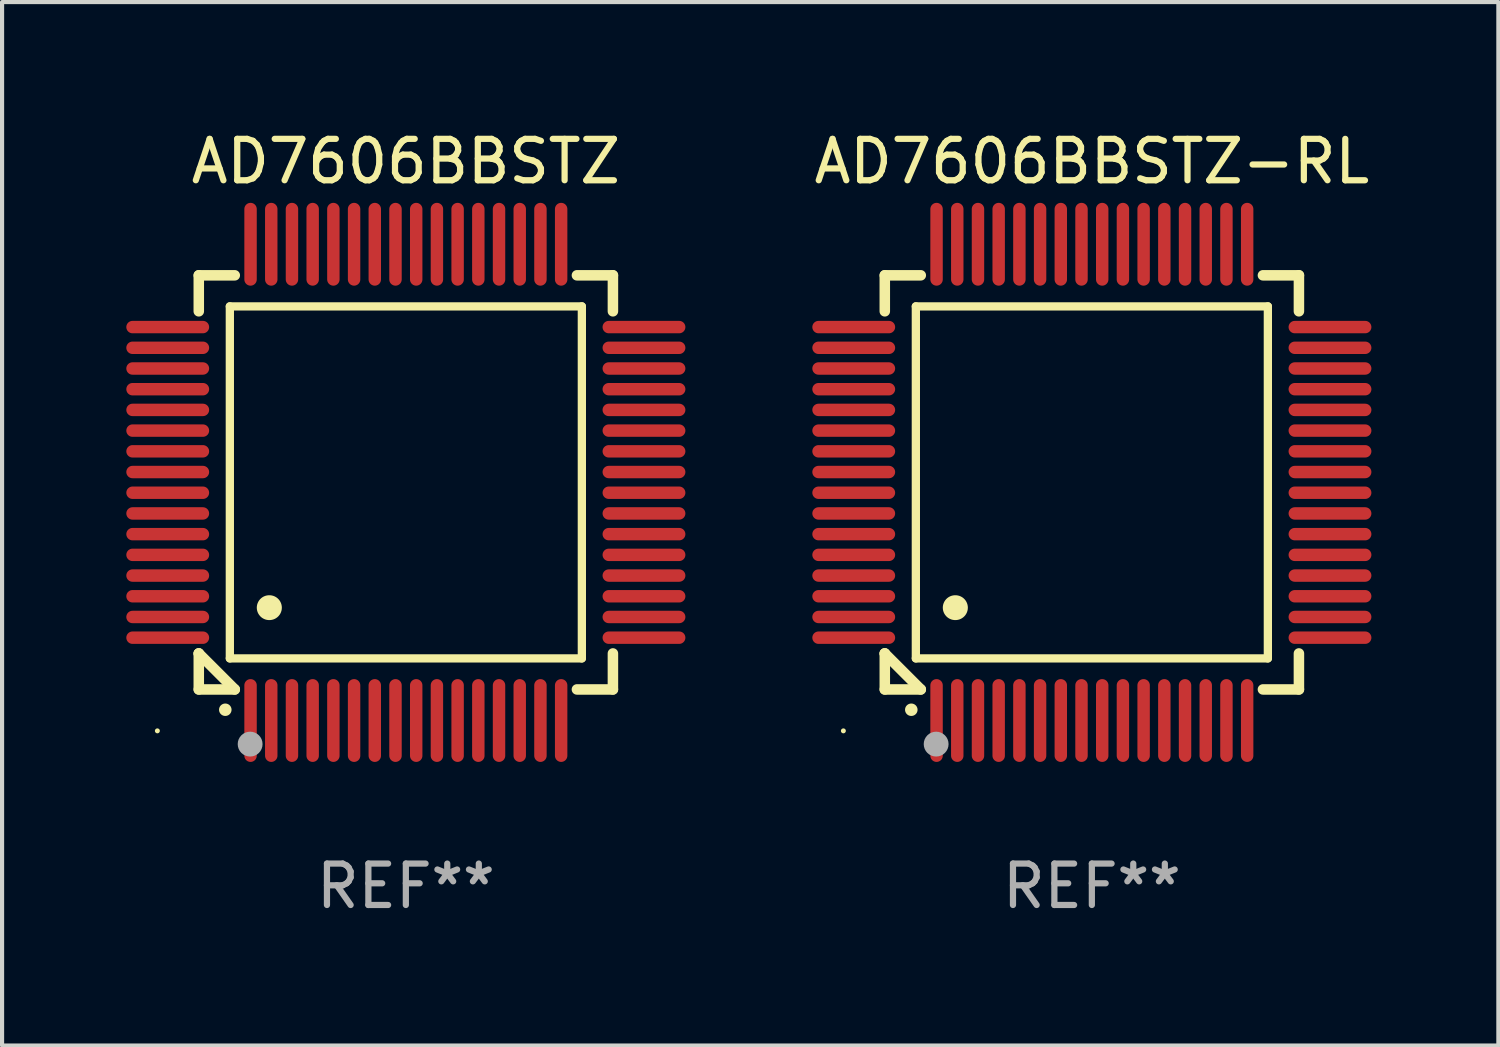
<source format=kicad_pcb>
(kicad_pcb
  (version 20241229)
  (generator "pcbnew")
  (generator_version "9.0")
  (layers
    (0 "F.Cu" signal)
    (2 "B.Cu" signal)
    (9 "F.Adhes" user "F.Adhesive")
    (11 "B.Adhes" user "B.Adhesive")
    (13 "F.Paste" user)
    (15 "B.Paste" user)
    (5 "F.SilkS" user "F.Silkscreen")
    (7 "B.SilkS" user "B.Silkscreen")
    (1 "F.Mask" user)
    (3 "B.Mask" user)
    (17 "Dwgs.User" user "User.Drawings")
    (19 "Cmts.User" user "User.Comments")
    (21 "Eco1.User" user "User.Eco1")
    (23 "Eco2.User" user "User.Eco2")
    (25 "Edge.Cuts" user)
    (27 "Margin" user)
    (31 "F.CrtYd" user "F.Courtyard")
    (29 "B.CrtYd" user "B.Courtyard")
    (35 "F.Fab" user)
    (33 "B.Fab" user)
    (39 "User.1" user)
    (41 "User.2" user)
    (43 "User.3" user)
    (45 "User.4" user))
  (footprint "AD7606BBSTZ-RL"
    (layer "F.Cu")
    (at 23.315 8.598)
    (property "Reference" "AD7606BBSTZ-RL" (at 0 -7.75 0) (layer "F.SilkS") (effects (font (size 1 1) (thickness 0.15))))
    (attr through_hole)
    (fp_line (start -5 -5) (end -4.131 -5) (stroke (width 0.254) (type solid)) (layer "F.SilkS"))
    (fp_line (start -5 -4.131) (end -5 -5) (stroke (width 0.254) (type solid)) (layer "F.SilkS"))
    (fp_line (start -5 4.131) (end -5 4.131) (stroke (width 0.254) (type solid)) (layer "F.SilkS"))
    (fp_line (start -5 5) (end -5 4.131) (stroke (width 0.254) (type solid)) (layer "F.SilkS"))
    (fp_line (start -5 4.131) (end -4.131 5) (stroke (width 0.254) (type solid)) (layer "F.SilkS"))
    (fp_line (start -4.25 -4.25) (end -4.25 4.25) (stroke (width 0.2) (type solid)) (layer "F.SilkS"))
    (fp_line (start -4.25 4.25) (end 4.25 4.25) (stroke (width 0.2) (type solid)) (layer "F.SilkS"))
    (fp_line (start -4.131 5) (end -5 5) (stroke (width 0.254) (type solid)) (layer "F.SilkS"))
    (fp_line (start 4.25 -4.25) (end -4.25 -4.25) (stroke (width 0.2) (type solid)) (layer "F.SilkS"))
    (fp_line (start 4.25 4.25) (end 4.25 -4.25) (stroke (width 0.2) (type solid)) (layer "F.SilkS"))
    (fp_line (start 5 -5) (end 4.131 -5) (stroke (width 0.254) (type solid)) (layer "F.SilkS"))
    (fp_line (start 5 -5) (end 5 -4.131) (stroke (width 0.254) (type solid)) (layer "F.SilkS"))
    (fp_line (start 5 4.131) (end 5 5) (stroke (width 0.254) (type solid)) (layer "F.SilkS"))
    (fp_line (start 5 5) (end 4.131 5) (stroke (width 0.254) (type solid)) (layer "F.SilkS"))
    (fp_arc (start -4.361265 5.489992) (mid -4.359995 5.489987) (end -4.358725 5.489992) (stroke (width 0.3) (type solid)) (layer "F.SilkS"))
    (fp_arc (start -3.299467 3.025146) (mid -3.296927 3.025135) (end -3.294387 3.025146) (stroke (width 0.6) (type solid)) (layer "F.SilkS"))
    (fp_circle (center -6 6) (end -5.97 6) (stroke (width 0.06) (type solid)) (fill no) (layer "F.SilkS"))
    (fp_circle (center -3.76 6.32) (end -3.61 6.32) (stroke (width 0.3) (type solid)) (fill no) (layer "F.Fab"))
    (fp_text user "REF**" (at 0 9.75 0) (layer "F.Fab") (effects (font (size 1 1) (thickness 0.15))))
    (pad "1" smd oval (at -3.75 5.75) (size 0.3 2) (layers "F.Cu" "F.Mask" "F.Paste"))
    (pad "2" smd oval (at -3.25 5.75) (size 0.3 2) (layers "F.Cu" "F.Mask" "F.Paste"))
    (pad "3" smd oval (at -2.75 5.75) (size 0.3 2) (layers "F.Cu" "F.Mask" "F.Paste"))
    (pad "4" smd oval (at -2.25 5.75) (size 0.3 2) (layers "F.Cu" "F.Mask" "F.Paste"))
    (pad "5" smd oval (at -1.75 5.75) (size 0.3 2) (layers "F.Cu" "F.Mask" "F.Paste"))
    (pad "6" smd oval (at -1.25 5.75) (size 0.3 2) (layers "F.Cu" "F.Mask" "F.Paste"))
    (pad "7" smd oval (at -0.75 5.75) (size 0.3 2) (layers "F.Cu" "F.Mask" "F.Paste"))
    (pad "8" smd oval (at -0.25 5.75) (size 0.3 2) (layers "F.Cu" "F.Mask" "F.Paste"))
    (pad "9" smd oval (at 0.25 5.75) (size 0.3 2) (layers "F.Cu" "F.Mask" "F.Paste"))
    (pad "10" smd oval (at 0.75 5.75) (size 0.3 2) (layers "F.Cu" "F.Mask" "F.Paste"))
    (pad "11" smd oval (at 1.25 5.75) (size 0.3 2) (layers "F.Cu" "F.Mask" "F.Paste"))
    (pad "12" smd oval (at 1.75 5.75) (size 0.3 2) (layers "F.Cu" "F.Mask" "F.Paste"))
    (pad "13" smd oval (at 2.25 5.75) (size 0.3 2) (layers "F.Cu" "F.Mask" "F.Paste"))
    (pad "14" smd oval (at 2.75 5.75) (size 0.3 2) (layers "F.Cu" "F.Mask" "F.Paste"))
    (pad "15" smd oval (at 3.25 5.75) (size 0.3 2) (layers "F.Cu" "F.Mask" "F.Paste"))
    (pad "16" smd oval (at 3.75 5.75) (size 0.3 2) (layers "F.Cu" "F.Mask" "F.Paste"))
    (pad "17" smd oval (at 5.75 3.75) (size 2 0.3) (layers "F.Cu" "F.Mask" "F.Paste"))
    (pad "18" smd oval (at 5.75 3.25) (size 2 0.3) (layers "F.Cu" "F.Mask" "F.Paste"))
    (pad "19" smd oval (at 5.75 2.75) (size 2 0.3) (layers "F.Cu" "F.Mask" "F.Paste"))
    (pad "20" smd oval (at 5.75 2.25) (size 2 0.3) (layers "F.Cu" "F.Mask" "F.Paste"))
    (pad "21" smd oval (at 5.75 1.75) (size 2 0.3) (layers "F.Cu" "F.Mask" "F.Paste"))
    (pad "22" smd oval (at 5.75 1.25) (size 2 0.3) (layers "F.Cu" "F.Mask" "F.Paste"))
    (pad "23" smd oval (at 5.75 0.75) (size 2 0.3) (layers "F.Cu" "F.Mask" "F.Paste"))
    (pad "24" smd oval (at 5.75 0.25) (size 2 0.3) (layers "F.Cu" "F.Mask" "F.Paste"))
    (pad "25" smd oval (at 5.75 -0.25) (size 2 0.3) (layers "F.Cu" "F.Mask" "F.Paste"))
    (pad "26" smd oval (at 5.75 -0.75) (size 2 0.3) (layers "F.Cu" "F.Mask" "F.Paste"))
    (pad "27" smd oval (at 5.75 -1.25) (size 2 0.3) (layers "F.Cu" "F.Mask" "F.Paste"))
    (pad "28" smd oval (at 5.75 -1.75) (size 2 0.3) (layers "F.Cu" "F.Mask" "F.Paste"))
    (pad "29" smd oval (at 5.75 -2.25) (size 2 0.3) (layers "F.Cu" "F.Mask" "F.Paste"))
    (pad "30" smd oval (at 5.75 -2.75) (size 2 0.3) (layers "F.Cu" "F.Mask" "F.Paste"))
    (pad "31" smd oval (at 5.75 -3.25) (size 2 0.3) (layers "F.Cu" "F.Mask" "F.Paste"))
    (pad "32" smd oval (at 5.75 -3.75) (size 2 0.3) (layers "F.Cu" "F.Mask" "F.Paste"))
    (pad "33" smd oval (at 3.75 -5.75) (size 0.3 2) (layers "F.Cu" "F.Mask" "F.Paste"))
    (pad "34" smd oval (at 3.25 -5.75) (size 0.3 2) (layers "F.Cu" "F.Mask" "F.Paste"))
    (pad "35" smd oval (at 2.75 -5.75) (size 0.3 2) (layers "F.Cu" "F.Mask" "F.Paste"))
    (pad "36" smd oval (at 2.25 -5.75) (size 0.3 2) (layers "F.Cu" "F.Mask" "F.Paste"))
    (pad "37" smd oval (at 1.75 -5.75) (size 0.3 2) (layers "F.Cu" "F.Mask" "F.Paste"))
    (pad "38" smd oval (at 1.25 -5.75) (size 0.3 2) (layers "F.Cu" "F.Mask" "F.Paste"))
    (pad "39" smd oval (at 0.75 -5.75) (size 0.3 2) (layers "F.Cu" "F.Mask" "F.Paste"))
    (pad "40" smd oval (at 0.25 -5.75) (size 0.3 2) (layers "F.Cu" "F.Mask" "F.Paste"))
    (pad "41" smd oval (at -0.25 -5.75) (size 0.3 2) (layers "F.Cu" "F.Mask" "F.Paste"))
    (pad "42" smd oval (at -0.75 -5.75) (size 0.3 2) (layers "F.Cu" "F.Mask" "F.Paste"))
    (pad "43" smd oval (at -1.25 -5.75) (size 0.3 2) (layers "F.Cu" "F.Mask" "F.Paste"))
    (pad "44" smd oval (at -1.75 -5.75) (size 0.3 2) (layers "F.Cu" "F.Mask" "F.Paste"))
    (pad "45" smd oval (at -2.25 -5.75) (size 0.3 2) (layers "F.Cu" "F.Mask" "F.Paste"))
    (pad "46" smd oval (at -2.75 -5.75) (size 0.3 2) (layers "F.Cu" "F.Mask" "F.Paste"))
    (pad "47" smd oval (at -3.25 -5.75) (size 0.3 2) (layers "F.Cu" "F.Mask" "F.Paste"))
    (pad "48" smd oval (at -3.75 -5.75) (size 0.3 2) (layers "F.Cu" "F.Mask" "F.Paste"))
    (pad "49" smd oval (at -5.75 -3.75) (size 2 0.3) (layers "F.Cu" "F.Mask" "F.Paste"))
    (pad "50" smd oval (at -5.75 -3.25) (size 2 0.3) (layers "F.Cu" "F.Mask" "F.Paste"))
    (pad "51" smd oval (at -5.75 -2.75) (size 2 0.3) (layers "F.Cu" "F.Mask" "F.Paste"))
    (pad "52" smd oval (at -5.75 -2.25) (size 2 0.3) (layers "F.Cu" "F.Mask" "F.Paste"))
    (pad "53" smd oval (at -5.75 -1.75) (size 2 0.3) (layers "F.Cu" "F.Mask" "F.Paste"))
    (pad "54" smd oval (at -5.75 -1.25) (size 2 0.3) (layers "F.Cu" "F.Mask" "F.Paste"))
    (pad "55" smd oval (at -5.75 -0.75) (size 2 0.3) (layers "F.Cu" "F.Mask" "F.Paste"))
    (pad "56" smd oval (at -5.75 -0.25) (size 2 0.3) (layers "F.Cu" "F.Mask" "F.Paste"))
    (pad "57" smd oval (at -5.75 0.25) (size 2 0.3) (layers "F.Cu" "F.Mask" "F.Paste"))
    (pad "58" smd oval (at -5.75 0.75) (size 2 0.3) (layers "F.Cu" "F.Mask" "F.Paste"))
    (pad "59" smd oval (at -5.75 1.25) (size 2 0.3) (layers "F.Cu" "F.Mask" "F.Paste"))
    (pad "60" smd oval (at -5.75 1.75) (size 2 0.3) (layers "F.Cu" "F.Mask" "F.Paste"))
    (pad "61" smd oval (at -5.75 2.25) (size 2 0.3) (layers "F.Cu" "F.Mask" "F.Paste"))
    (pad "62" smd oval (at -5.75 2.75) (size 2 0.3) (layers "F.Cu" "F.Mask" "F.Paste"))
    (pad "63" smd oval (at -5.75 3.25) (size 2 0.3) (layers "F.Cu" "F.Mask" "F.Paste"))
    (pad "64" smd oval (at -5.75 3.75) (size 2 0.3) (layers "F.Cu" "F.Mask" "F.Paste")))
  (footprint "AD7606BBSTZ"
    (layer "F.Cu")
    (at 6.75 8.598)
    (property "Reference" "AD7606BBSTZ" (at 0 -7.75 0) (layer "F.SilkS") (effects (font (size 1 1) (thickness 0.15))))
    (attr through_hole)
    (fp_line (start -5 -5) (end -4.131 -5) (stroke (width 0.254) (type solid)) (layer "F.SilkS"))
    (fp_line (start -5 -4.131) (end -5 -5) (stroke (width 0.254) (type solid)) (layer "F.SilkS"))
    (fp_line (start -5 4.131) (end -5 4.131) (stroke (width 0.254) (type solid)) (layer "F.SilkS"))
    (fp_line (start -5 5) (end -5 4.131) (stroke (width 0.254) (type solid)) (layer "F.SilkS"))
    (fp_line (start -5 4.131) (end -4.131 5) (stroke (width 0.254) (type solid)) (layer "F.SilkS"))
    (fp_line (start -4.25 -4.25) (end -4.25 4.25) (stroke (width 0.2) (type solid)) (layer "F.SilkS"))
    (fp_line (start -4.25 4.25) (end 4.25 4.25) (stroke (width 0.2) (type solid)) (layer "F.SilkS"))
    (fp_line (start -4.131 5) (end -5 5) (stroke (width 0.254) (type solid)) (layer "F.SilkS"))
    (fp_line (start 4.25 -4.25) (end -4.25 -4.25) (stroke (width 0.2) (type solid)) (layer "F.SilkS"))
    (fp_line (start 4.25 4.25) (end 4.25 -4.25) (stroke (width 0.2) (type solid)) (layer "F.SilkS"))
    (fp_line (start 5 -5) (end 4.131 -5) (stroke (width 0.254) (type solid)) (layer "F.SilkS"))
    (fp_line (start 5 -5) (end 5 -4.131) (stroke (width 0.254) (type solid)) (layer "F.SilkS"))
    (fp_line (start 5 4.131) (end 5 5) (stroke (width 0.254) (type solid)) (layer "F.SilkS"))
    (fp_line (start 5 5) (end 4.131 5) (stroke (width 0.254) (type solid)) (layer "F.SilkS"))
    (fp_arc (start -4.361265 5.489992) (mid -4.359995 5.489987) (end -4.358725 5.489992) (stroke (width 0.3) (type solid)) (layer "F.SilkS"))
    (fp_arc (start -3.299467 3.025146) (mid -3.296927 3.025135) (end -3.294387 3.025146) (stroke (width 0.6) (type solid)) (layer "F.SilkS"))
    (fp_circle (center -6 6) (end -5.97 6) (stroke (width 0.06) (type solid)) (fill no) (layer "F.SilkS"))
    (fp_circle (center -3.76 6.32) (end -3.61 6.32) (stroke (width 0.3) (type solid)) (fill no) (layer "F.Fab"))
    (fp_text user "REF**" (at 0 9.75 0) (layer "F.Fab") (effects (font (size 1 1) (thickness 0.15))))
    (pad "1" smd oval (at -3.75 5.75) (size 0.3 2) (layers "F.Cu" "F.Mask" "F.Paste"))
    (pad "2" smd oval (at -3.25 5.75) (size 0.3 2) (layers "F.Cu" "F.Mask" "F.Paste"))
    (pad "3" smd oval (at -2.75 5.75) (size 0.3 2) (layers "F.Cu" "F.Mask" "F.Paste"))
    (pad "4" smd oval (at -2.25 5.75) (size 0.3 2) (layers "F.Cu" "F.Mask" "F.Paste"))
    (pad "5" smd oval (at -1.75 5.75) (size 0.3 2) (layers "F.Cu" "F.Mask" "F.Paste"))
    (pad "6" smd oval (at -1.25 5.75) (size 0.3 2) (layers "F.Cu" "F.Mask" "F.Paste"))
    (pad "7" smd oval (at -0.75 5.75) (size 0.3 2) (layers "F.Cu" "F.Mask" "F.Paste"))
    (pad "8" smd oval (at -0.25 5.75) (size 0.3 2) (layers "F.Cu" "F.Mask" "F.Paste"))
    (pad "9" smd oval (at 0.25 5.75) (size 0.3 2) (layers "F.Cu" "F.Mask" "F.Paste"))
    (pad "10" smd oval (at 0.75 5.75) (size 0.3 2) (layers "F.Cu" "F.Mask" "F.Paste"))
    (pad "11" smd oval (at 1.25 5.75) (size 0.3 2) (layers "F.Cu" "F.Mask" "F.Paste"))
    (pad "12" smd oval (at 1.75 5.75) (size 0.3 2) (layers "F.Cu" "F.Mask" "F.Paste"))
    (pad "13" smd oval (at 2.25 5.75) (size 0.3 2) (layers "F.Cu" "F.Mask" "F.Paste"))
    (pad "14" smd oval (at 2.75 5.75) (size 0.3 2) (layers "F.Cu" "F.Mask" "F.Paste"))
    (pad "15" smd oval (at 3.25 5.75) (size 0.3 2) (layers "F.Cu" "F.Mask" "F.Paste"))
    (pad "16" smd oval (at 3.75 5.75) (size 0.3 2) (layers "F.Cu" "F.Mask" "F.Paste"))
    (pad "17" smd oval (at 5.75 3.75) (size 2 0.3) (layers "F.Cu" "F.Mask" "F.Paste"))
    (pad "18" smd oval (at 5.75 3.25) (size 2 0.3) (layers "F.Cu" "F.Mask" "F.Paste"))
    (pad "19" smd oval (at 5.75 2.75) (size 2 0.3) (layers "F.Cu" "F.Mask" "F.Paste"))
    (pad "20" smd oval (at 5.75 2.25) (size 2 0.3) (layers "F.Cu" "F.Mask" "F.Paste"))
    (pad "21" smd oval (at 5.75 1.75) (size 2 0.3) (layers "F.Cu" "F.Mask" "F.Paste"))
    (pad "22" smd oval (at 5.75 1.25) (size 2 0.3) (layers "F.Cu" "F.Mask" "F.Paste"))
    (pad "23" smd oval (at 5.75 0.75) (size 2 0.3) (layers "F.Cu" "F.Mask" "F.Paste"))
    (pad "24" smd oval (at 5.75 0.25) (size 2 0.3) (layers "F.Cu" "F.Mask" "F.Paste"))
    (pad "25" smd oval (at 5.75 -0.25) (size 2 0.3) (layers "F.Cu" "F.Mask" "F.Paste"))
    (pad "26" smd oval (at 5.75 -0.75) (size 2 0.3) (layers "F.Cu" "F.Mask" "F.Paste"))
    (pad "27" smd oval (at 5.75 -1.25) (size 2 0.3) (layers "F.Cu" "F.Mask" "F.Paste"))
    (pad "28" smd oval (at 5.75 -1.75) (size 2 0.3) (layers "F.Cu" "F.Mask" "F.Paste"))
    (pad "29" smd oval (at 5.75 -2.25) (size 2 0.3) (layers "F.Cu" "F.Mask" "F.Paste"))
    (pad "30" smd oval (at 5.75 -2.75) (size 2 0.3) (layers "F.Cu" "F.Mask" "F.Paste"))
    (pad "31" smd oval (at 5.75 -3.25) (size 2 0.3) (layers "F.Cu" "F.Mask" "F.Paste"))
    (pad "32" smd oval (at 5.75 -3.75) (size 2 0.3) (layers "F.Cu" "F.Mask" "F.Paste"))
    (pad "33" smd oval (at 3.75 -5.75) (size 0.3 2) (layers "F.Cu" "F.Mask" "F.Paste"))
    (pad "34" smd oval (at 3.25 -5.75) (size 0.3 2) (layers "F.Cu" "F.Mask" "F.Paste"))
    (pad "35" smd oval (at 2.75 -5.75) (size 0.3 2) (layers "F.Cu" "F.Mask" "F.Paste"))
    (pad "36" smd oval (at 2.25 -5.75) (size 0.3 2) (layers "F.Cu" "F.Mask" "F.Paste"))
    (pad "37" smd oval (at 1.75 -5.75) (size 0.3 2) (layers "F.Cu" "F.Mask" "F.Paste"))
    (pad "38" smd oval (at 1.25 -5.75) (size 0.3 2) (layers "F.Cu" "F.Mask" "F.Paste"))
    (pad "39" smd oval (at 0.75 -5.75) (size 0.3 2) (layers "F.Cu" "F.Mask" "F.Paste"))
    (pad "40" smd oval (at 0.25 -5.75) (size 0.3 2) (layers "F.Cu" "F.Mask" "F.Paste"))
    (pad "41" smd oval (at -0.25 -5.75) (size 0.3 2) (layers "F.Cu" "F.Mask" "F.Paste"))
    (pad "42" smd oval (at -0.75 -5.75) (size 0.3 2) (layers "F.Cu" "F.Mask" "F.Paste"))
    (pad "43" smd oval (at -1.25 -5.75) (size 0.3 2) (layers "F.Cu" "F.Mask" "F.Paste"))
    (pad "44" smd oval (at -1.75 -5.75) (size 0.3 2) (layers "F.Cu" "F.Mask" "F.Paste"))
    (pad "45" smd oval (at -2.25 -5.75) (size 0.3 2) (layers "F.Cu" "F.Mask" "F.Paste"))
    (pad "46" smd oval (at -2.75 -5.75) (size 0.3 2) (layers "F.Cu" "F.Mask" "F.Paste"))
    (pad "47" smd oval (at -3.25 -5.75) (size 0.3 2) (layers "F.Cu" "F.Mask" "F.Paste"))
    (pad "48" smd oval (at -3.75 -5.75) (size 0.3 2) (layers "F.Cu" "F.Mask" "F.Paste"))
    (pad "49" smd oval (at -5.75 -3.75) (size 2 0.3) (layers "F.Cu" "F.Mask" "F.Paste"))
    (pad "50" smd oval (at -5.75 -3.25) (size 2 0.3) (layers "F.Cu" "F.Mask" "F.Paste"))
    (pad "51" smd oval (at -5.75 -2.75) (size 2 0.3) (layers "F.Cu" "F.Mask" "F.Paste"))
    (pad "52" smd oval (at -5.75 -2.25) (size 2 0.3) (layers "F.Cu" "F.Mask" "F.Paste"))
    (pad "53" smd oval (at -5.75 -1.75) (size 2 0.3) (layers "F.Cu" "F.Mask" "F.Paste"))
    (pad "54" smd oval (at -5.75 -1.25) (size 2 0.3) (layers "F.Cu" "F.Mask" "F.Paste"))
    (pad "55" smd oval (at -5.75 -0.75) (size 2 0.3) (layers "F.Cu" "F.Mask" "F.Paste"))
    (pad "56" smd oval (at -5.75 -0.25) (size 2 0.3) (layers "F.Cu" "F.Mask" "F.Paste"))
    (pad "57" smd oval (at -5.75 0.25) (size 2 0.3) (layers "F.Cu" "F.Mask" "F.Paste"))
    (pad "58" smd oval (at -5.75 0.75) (size 2 0.3) (layers "F.Cu" "F.Mask" "F.Paste"))
    (pad "59" smd oval (at -5.75 1.25) (size 2 0.3) (layers "F.Cu" "F.Mask" "F.Paste"))
    (pad "60" smd oval (at -5.75 1.75) (size 2 0.3) (layers "F.Cu" "F.Mask" "F.Paste"))
    (pad "61" smd oval (at -5.75 2.25) (size 2 0.3) (layers "F.Cu" "F.Mask" "F.Paste"))
    (pad "62" smd oval (at -5.75 2.75) (size 2 0.3) (layers "F.Cu" "F.Mask" "F.Paste"))
    (pad "63" smd oval (at -5.75 3.25) (size 2 0.3) (layers "F.Cu" "F.Mask" "F.Paste"))
    (pad "64" smd oval (at -5.75 3.75) (size 2 0.3) (layers "F.Cu" "F.Mask" "F.Paste")))
  (gr_rect
    (start -3 -3)
    (end 33.131 22.196)
    (stroke (width 0.1) (type default))
    (fill no)
    (layer "Edge.Cuts")))
</source>
